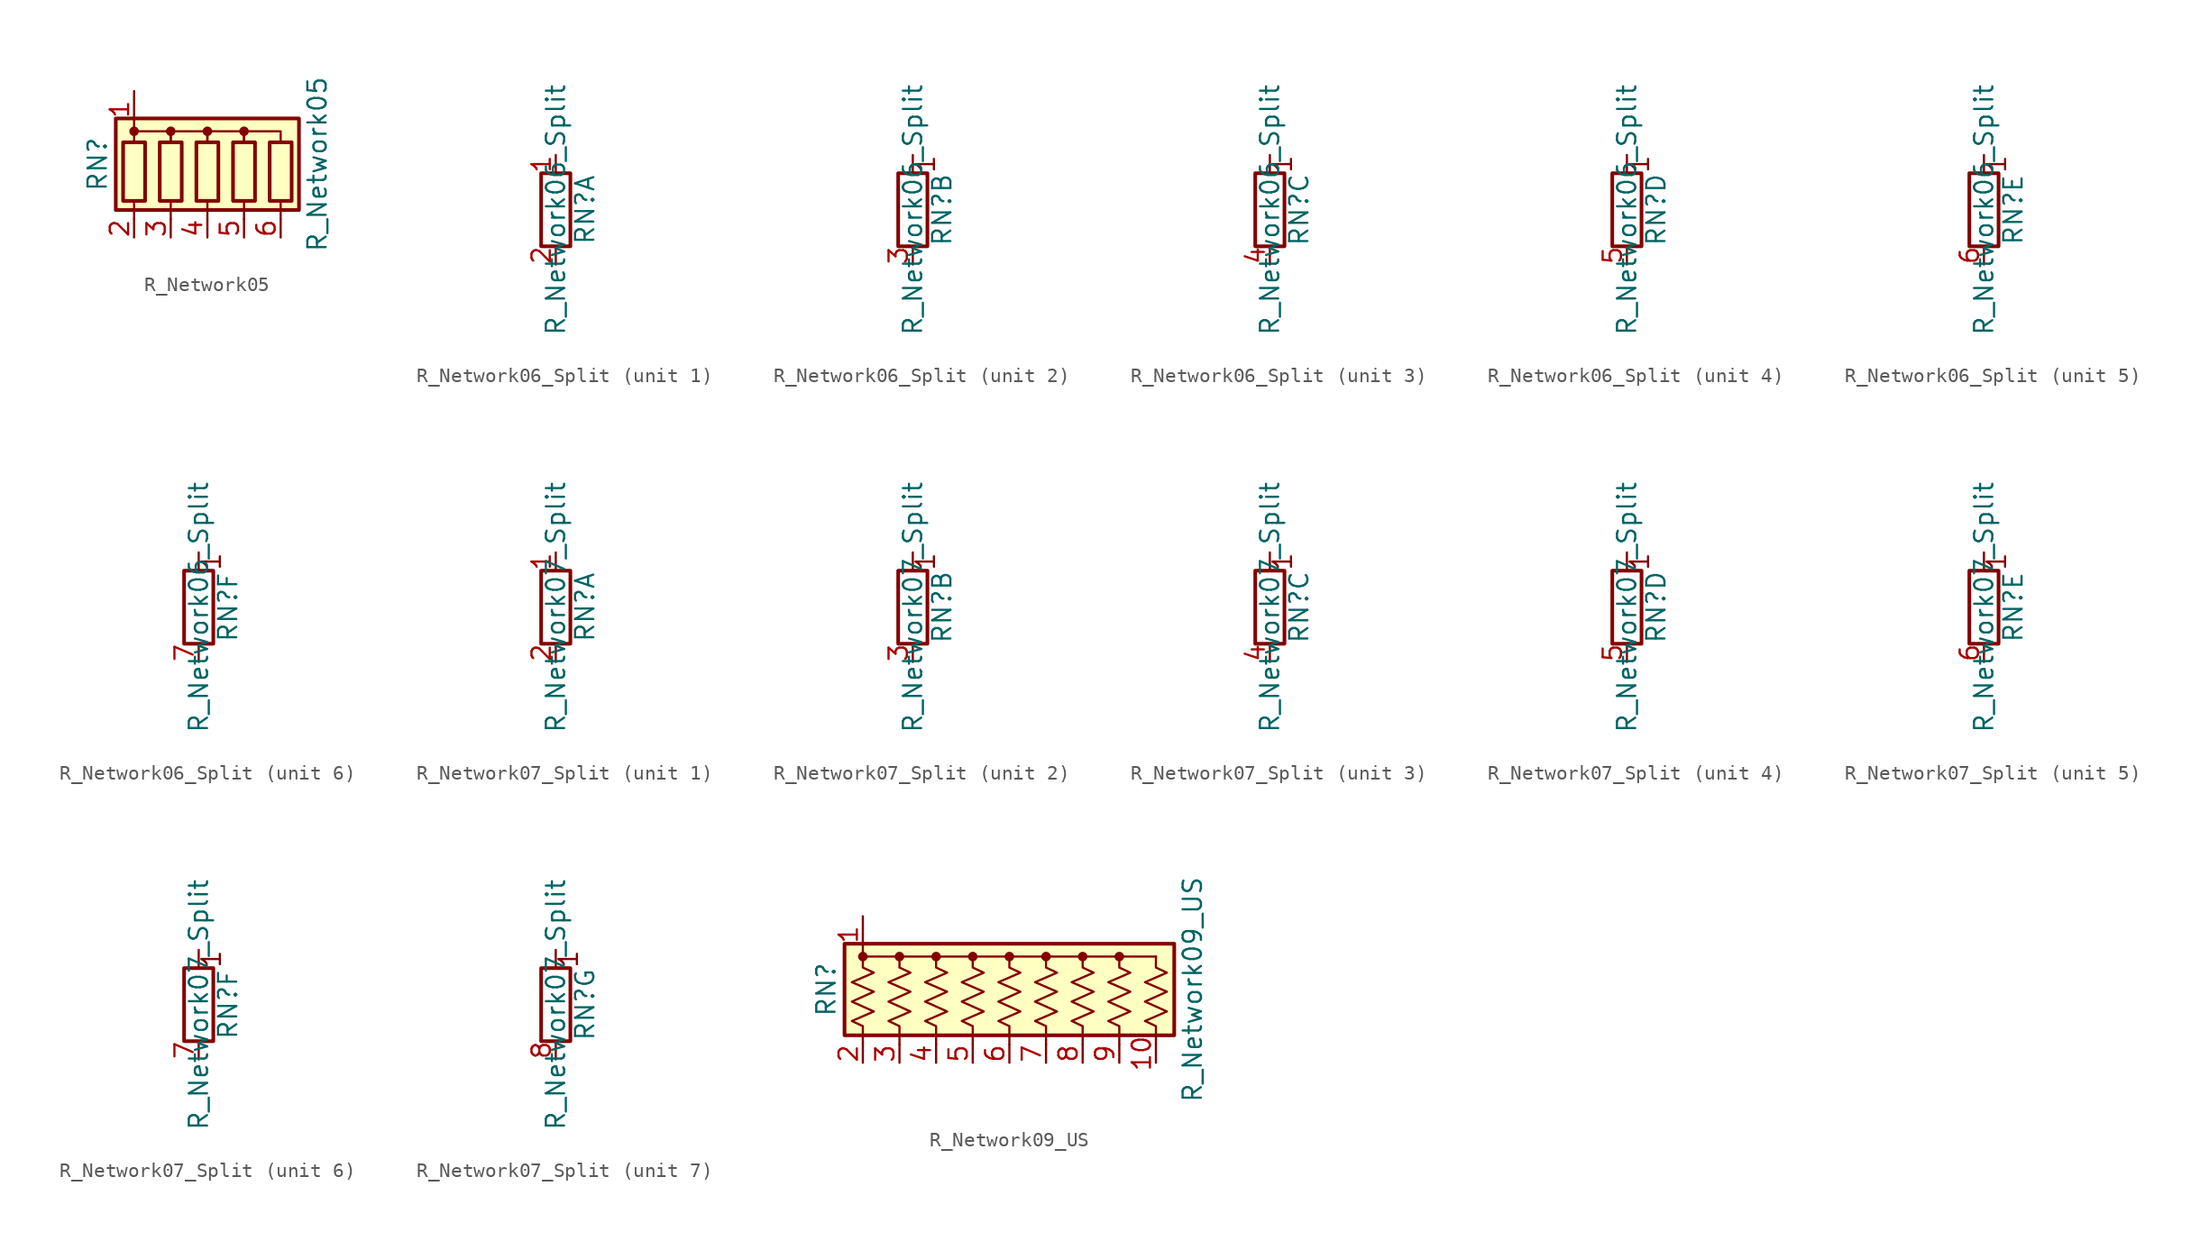
<source format=kicad_sym>
(kicad_symbol_lib
  (version 20211014)
  (generator kicad_symbol_editor)
  (symbol "R_Network05"
    (pin_names
      (offset 0) hide)
    (property "Reference" "RN"
      (at -7.62 0 90)
      (effects (font (size 1.27 1.27))))
    (property "Value" "R_Network05"
      (at 7.62 0 90)
      (effects (font (size 1.27 1.27))))
    (symbol "R_Network05_0_1"
      (rectangle (start -6.35 -3.175) (end 6.35 3.175) (stroke (width 0.254) (type default) (color 0 0 0 0)) (fill (type background)))
      (rectangle (start -5.842 1.524) (end -4.318 -2.54) (stroke (width 0.254) (type default) (color 0 0 0 0)) (fill (type none)))
      (circle (center -5.08 2.286) (radius 0.254) (stroke (width 0) (type default) (color 0 0 0 0)) (fill (type outline)))
      (rectangle (start -3.302 1.524) (end -1.778 -2.54) (stroke (width 0.254) (type default) (color 0 0 0 0)) (fill (type none)))
      (circle (center -2.54 2.286) (radius 0.254) (stroke (width 0) (type default) (color 0 0 0 0)) (fill (type outline)))
      (rectangle (start -0.762 1.524) (end 0.762 -2.54) (stroke (width 0.254) (type default) (color 0 0 0 0)) (fill (type none)))
      (polyline (pts (xy -5.08 -2.54) (xy -5.08 -3.81)) (stroke (width 0) (type default) (color 0 0 0 0)) (fill (type none)))
      (polyline (pts (xy -2.54 -2.54) (xy -2.54 -3.81)) (stroke (width 0) (type default) (color 0 0 0 0)) (fill (type none)))
      (polyline (pts (xy 0 -2.54) (xy 0 -3.81)) (stroke (width 0) (type default) (color 0 0 0 0)) (fill (type none)))
      (polyline (pts (xy 2.54 -2.54) (xy 2.54 -3.81)) (stroke (width 0) (type default) (color 0 0 0 0)) (fill (type none)))
      (polyline (pts (xy 5.08 -2.54) (xy 5.08 -3.81)) (stroke (width 0) (type default) (color 0 0 0 0)) (fill (type none)))
      (polyline (pts (xy -5.08 1.524) (xy -5.08 2.286) (xy -2.54 2.286) (xy -2.54 1.524)) (stroke (width 0) (type default) (color 0 0 0 0)) (fill (type none)))
      (polyline (pts (xy -2.54 1.524) (xy -2.54 2.286) (xy 0 2.286) (xy 0 1.524)) (stroke (width 0) (type default) (color 0 0 0 0)) (fill (type none)))
      (polyline (pts (xy 0 1.524) (xy 0 2.286) (xy 2.54 2.286) (xy 2.54 1.524)) (stroke (width 0) (type default) (color 0 0 0 0)) (fill (type none)))
      (polyline (pts (xy 2.54 1.524) (xy 2.54 2.286) (xy 5.08 2.286) (xy 5.08 1.524)) (stroke (width 0) (type default) (color 0 0 0 0)) (fill (type none)))
      (circle (center 0 2.286) (radius 0.254) (stroke (width 0) (type default) (color 0 0 0 0)) (fill (type outline)))
      (rectangle (start 1.778 1.524) (end 3.302 -2.54) (stroke (width 0.254) (type default) (color 0 0 0 0)) (fill (type none)))
      (circle (center 2.54 2.286) (radius 0.254) (stroke (width 0) (type default) (color 0 0 0 0)) (fill (type outline)))
      (rectangle (start 4.318 1.524) (end 5.842 -2.54) (stroke (width 0.254) (type default) (color 0 0 0 0)) (fill (type none))))
    (symbol "R_Network05_1_1"
      (pin passive line (at -5.08 5.08 270) (length 2.54) (name "common" (effects (font (size 1.27 1.27)))) (number "1" (effects (font (size 1.27 1.27)))))
      (pin passive line (at -5.08 -5.08 90) (length 1.27) (name "R1" (effects (font (size 1.27 1.27)))) (number "2" (effects (font (size 1.27 1.27)))))
      (pin passive line (at -2.54 -5.08 90) (length 1.27) (name "R2" (effects (font (size 1.27 1.27)))) (number "3" (effects (font (size 1.27 1.27)))))
      (pin passive line (at 0 -5.08 90) (length 1.27) (name "R3" (effects (font (size 1.27 1.27)))) (number "4" (effects (font (size 1.27 1.27)))))
      (pin passive line (at 2.54 -5.08 90) (length 1.27) (name "R4" (effects (font (size 1.27 1.27)))) (number "5" (effects (font (size 1.27 1.27)))))
      (pin passive line (at 5.08 -5.08 90) (length 1.27) (name "R5" (effects (font (size 1.27 1.27)))) (number "6" (effects (font (size 1.27 1.27)))))))
  (symbol "R_Network06_Split"
    (pin_names
      (offset 0) hide)
    (property "Reference" "RN"
      (at 2.032 0 90)
      (effects (font (size 1.27 1.27))))
    (property "Value" "R_Network06_Split"
      (at 0 0 90)
      (effects (font (size 1.27 1.27))))
    (symbol "R_Network06_Split_0_1"
      (rectangle (start 1.016 2.54) (end -1.016 -2.54) (stroke (width 0.254) (type default) (color 0 0 0 0)) (fill (type none))))
    (symbol "R_Network06_Split_1_1"
      (pin passive line (at 0 3.81 270) (length 1.27) (name "R1.1" (effects (font (size 1.27 1.27)))) (number "1" (effects (font (size 1.27 1.27)))))
      (pin passive line (at 0 -3.81 90) (length 1.27) (name "R1.2" (effects (font (size 1.27 1.27)))) (number "2" (effects (font (size 1.27 1.27))))))
    (symbol "R_Network06_Split_2_1"
      (polyline (pts (xy 0 2.54) (xy 0 3.81)) (stroke (width 0) (type default) (color 0 0 0 0)) (fill (type none)))
      (text "1" (at 0.889 3.175 900) (effects (font (size 1.27 1.27))))
      (pin passive line (at 0 -3.81 90) (length 1.27) (name "R2.2" (effects (font (size 1.27 1.27)))) (number "3" (effects (font (size 1.27 1.27))))))
    (symbol "R_Network06_Split_3_1"
      (polyline (pts (xy 0 2.54) (xy 0 3.81)) (stroke (width 0) (type default) (color 0 0 0 0)) (fill (type none)))
      (text "1" (at 0.889 3.175 900) (effects (font (size 1.27 1.27))))
      (pin passive line (at 0 -3.81 90) (length 1.27) (name "R3.2" (effects (font (size 1.27 1.27)))) (number "4" (effects (font (size 1.27 1.27))))))
    (symbol "R_Network06_Split_4_1"
      (polyline (pts (xy 0 2.54) (xy 0 3.81)) (stroke (width 0) (type default) (color 0 0 0 0)) (fill (type none)))
      (text "1" (at 0.889 3.175 900) (effects (font (size 1.27 1.27))))
      (pin passive line (at 0 -3.81 90) (length 1.27) (name "R4.2" (effects (font (size 1.27 1.27)))) (number "5" (effects (font (size 1.27 1.27))))))
    (symbol "R_Network06_Split_5_1"
      (polyline (pts (xy 0 2.54) (xy 0 3.81)) (stroke (width 0) (type default) (color 0 0 0 0)) (fill (type none)))
      (text "1" (at 0.889 3.175 900) (effects (font (size 1.27 1.27))))
      (pin passive line (at 0 -3.81 90) (length 1.27) (name "R5.2" (effects (font (size 1.27 1.27)))) (number "6" (effects (font (size 1.27 1.27))))))
    (symbol "R_Network06_Split_6_1"
      (polyline (pts (xy 0 2.54) (xy 0 3.81)) (stroke (width 0) (type default) (color 0 0 0 0)) (fill (type none)))
      (text "1" (at 0.889 3.175 900) (effects (font (size 1.27 1.27))))
      (pin passive line (at 0 -3.81 90) (length 1.27) (name "R6.2" (effects (font (size 1.27 1.27)))) (number "7" (effects (font (size 1.27 1.27)))))))
  (symbol "R_Network07_Split"
    (pin_names
      (offset 0) hide)
    (property "Reference" "RN"
      (at 2.032 0 90)
      (effects (font (size 1.27 1.27))))
    (property "Value" "R_Network07_Split"
      (at 0 0 90)
      (effects (font (size 1.27 1.27))))
    (symbol "R_Network07_Split_0_1"
      (rectangle (start 1.016 2.54) (end -1.016 -2.54) (stroke (width 0.254) (type default) (color 0 0 0 0)) (fill (type none))))
    (symbol "R_Network07_Split_1_1"
      (pin passive line (at 0 3.81 270) (length 1.27) (name "R1.1" (effects (font (size 1.27 1.27)))) (number "1" (effects (font (size 1.27 1.27)))))
      (pin passive line (at 0 -3.81 90) (length 1.27) (name "R1.2" (effects (font (size 1.27 1.27)))) (number "2" (effects (font (size 1.27 1.27))))))
    (symbol "R_Network07_Split_2_1"
      (polyline (pts (xy 0 2.54) (xy 0 3.81)) (stroke (width 0) (type default) (color 0 0 0 0)) (fill (type none)))
      (text "1" (at 0.889 3.175 900) (effects (font (size 1.27 1.27))))
      (pin passive line (at 0 -3.81 90) (length 1.27) (name "R2.2" (effects (font (size 1.27 1.27)))) (number "3" (effects (font (size 1.27 1.27))))))
    (symbol "R_Network07_Split_3_1"
      (polyline (pts (xy 0 2.54) (xy 0 3.81)) (stroke (width 0) (type default) (color 0 0 0 0)) (fill (type none)))
      (text "1" (at 0.889 3.175 900) (effects (font (size 1.27 1.27))))
      (pin passive line (at 0 -3.81 90) (length 1.27) (name "R3.2" (effects (font (size 1.27 1.27)))) (number "4" (effects (font (size 1.27 1.27))))))
    (symbol "R_Network07_Split_4_1"
      (polyline (pts (xy 0 2.54) (xy 0 3.81)) (stroke (width 0) (type default) (color 0 0 0 0)) (fill (type none)))
      (text "1" (at 0.889 3.175 900) (effects (font (size 1.27 1.27))))
      (pin passive line (at 0 -3.81 90) (length 1.27) (name "R4.2" (effects (font (size 1.27 1.27)))) (number "5" (effects (font (size 1.27 1.27))))))
    (symbol "R_Network07_Split_5_1"
      (polyline (pts (xy 0 2.54) (xy 0 3.81)) (stroke (width 0) (type default) (color 0 0 0 0)) (fill (type none)))
      (text "1" (at 0.889 3.175 900) (effects (font (size 1.27 1.27))))
      (pin passive line (at 0 -3.81 90) (length 1.27) (name "R5.2" (effects (font (size 1.27 1.27)))) (number "6" (effects (font (size 1.27 1.27))))))
    (symbol "R_Network07_Split_6_1"
      (polyline (pts (xy 0 2.54) (xy 0 3.81)) (stroke (width 0) (type default) (color 0 0 0 0)) (fill (type none)))
      (text "1" (at 0.889 3.175 900) (effects (font (size 1.27 1.27))))
      (pin passive line (at 0 -3.81 90) (length 1.27) (name "R6.2" (effects (font (size 1.27 1.27)))) (number "7" (effects (font (size 1.27 1.27))))))
    (symbol "R_Network07_Split_7_1"
      (polyline (pts (xy 0 2.54) (xy 0 3.81)) (stroke (width 0) (type default) (color 0 0 0 0)) (fill (type none)))
      (text "1" (at 0.889 3.175 900) (effects (font (size 1.27 1.27))))
      (pin passive line (at 0 -3.81 90) (length 1.27) (name "R7.2" (effects (font (size 1.27 1.27)))) (number "8" (effects (font (size 1.27 1.27)))))))
  (symbol "R_Network09_US"
    (pin_names
      (offset 0) hide)
    (property "Reference" "RN"
      (at -12.7 0 90)
      (effects (font (size 1.27 1.27))))
    (property "Value" "R_Network09_US"
      (at 12.7 0 90)
      (effects (font (size 1.27 1.27))))
    (symbol "R_Network09_US_0_1"
      (rectangle (start -11.43 -3.175) (end 11.43 3.175) (stroke (width 0.254) (type default) (color 0 0 0 0)) (fill (type background)))
      (circle (center -10.16 2.286) (radius 0.254) (stroke (width 0) (type default) (color 0 0 0 0)) (fill (type outline)))
      (circle (center -7.62 2.286) (radius 0.254) (stroke (width 0) (type default) (color 0 0 0 0)) (fill (type outline)))
      (circle (center -5.08 2.286) (radius 0.254) (stroke (width 0) (type default) (color 0 0 0 0)) (fill (type outline)))
      (circle (center -2.54 2.286) (radius 0.254) (stroke (width 0) (type default) (color 0 0 0 0)) (fill (type outline)))
      (polyline (pts (xy -10.16 2.286) (xy 10.16 2.286)) (stroke (width 0) (type default) (color 0 0 0 0)) (fill (type none)))
      (polyline (pts (xy -10.16 2.286) (xy -10.16 1.524) (xy -9.398 1.168) (xy -10.922 0.508) (xy -9.398 -0.152) (xy -10.922 -0.838) (xy -9.398 -1.524) (xy -10.922 -2.184) (xy -10.16 -2.54) (xy -10.16 -3.81)) (stroke (width 0) (type default) (color 0 0 0 0)) (fill (type none)))
      (polyline (pts (xy -7.62 2.286) (xy -7.62 1.524) (xy -6.858 1.168) (xy -8.382 0.508) (xy -6.858 -0.152) (xy -8.382 -0.838) (xy -6.858 -1.524) (xy -8.382 -2.184) (xy -7.62 -2.54) (xy -7.62 -3.81)) (stroke (width 0) (type default) (color 0 0 0 0)) (fill (type none)))
      (polyline (pts (xy -5.08 2.286) (xy -5.08 1.524) (xy -4.318 1.168) (xy -5.842 0.508) (xy -4.318 -0.152) (xy -5.842 -0.838) (xy -4.318 -1.524) (xy -5.842 -2.184) (xy -5.08 -2.54) (xy -5.08 -3.81)) (stroke (width 0) (type default) (color 0 0 0 0)) (fill (type none)))
      (polyline (pts (xy -2.54 2.286) (xy -2.54 1.524) (xy -1.778 1.168) (xy -3.302 0.508) (xy -1.778 -0.152) (xy -3.302 -0.838) (xy -1.778 -1.524) (xy -3.302 -2.184) (xy -2.54 -2.54) (xy -2.54 -3.81)) (stroke (width 0) (type default) (color 0 0 0 0)) (fill (type none)))
      (polyline (pts (xy 0 2.286) (xy 0 1.524) (xy 0.762 1.168) (xy -0.762 0.508) (xy 0.762 -0.152) (xy -0.762 -0.838) (xy 0.762 -1.524) (xy -0.762 -2.184) (xy 0 -2.54) (xy 0 -3.81)) (stroke (width 0) (type default) (color 0 0 0 0)) (fill (type none)))
      (polyline (pts (xy 2.54 2.286) (xy 2.54 1.524) (xy 3.302 1.168) (xy 1.778 0.508) (xy 3.302 -0.152) (xy 1.778 -0.838) (xy 3.302 -1.524) (xy 1.778 -2.184) (xy 2.54 -2.54) (xy 2.54 -3.81)) (stroke (width 0) (type default) (color 0 0 0 0)) (fill (type none)))
      (polyline (pts (xy 5.08 2.286) (xy 5.08 1.524) (xy 5.842 1.168) (xy 4.318 0.508) (xy 5.842 -0.152) (xy 4.318 -0.838) (xy 5.842 -1.524) (xy 4.318 -2.184) (xy 5.08 -2.54) (xy 5.08 -3.81)) (stroke (width 0) (type default) (color 0 0 0 0)) (fill (type none)))
      (polyline (pts (xy 7.62 2.286) (xy 7.62 1.524) (xy 8.382 1.168) (xy 6.858 0.508) (xy 8.382 -0.152) (xy 6.858 -0.838) (xy 8.382 -1.524) (xy 6.858 -2.184) (xy 7.62 -2.54) (xy 7.62 -3.81)) (stroke (width 0) (type default) (color 0 0 0 0)) (fill (type none)))
      (polyline (pts (xy 10.16 2.286) (xy 10.16 1.524) (xy 10.922 1.168) (xy 9.398 0.508) (xy 10.922 -0.152) (xy 9.398 -0.838) (xy 10.922 -1.524) (xy 9.398 -2.184) (xy 10.16 -2.54) (xy 10.16 -3.81)) (stroke (width 0) (type default) (color 0 0 0 0)) (fill (type none)))
      (circle (center 0 2.286) (radius 0.254) (stroke (width 0) (type default) (color 0 0 0 0)) (fill (type outline)))
      (circle (center 2.54 2.286) (radius 0.254) (stroke (width 0) (type default) (color 0 0 0 0)) (fill (type outline)))
      (circle (center 5.08 2.286) (radius 0.254) (stroke (width 0) (type default) (color 0 0 0 0)) (fill (type outline)))
      (circle (center 7.62 2.286) (radius 0.254) (stroke (width 0) (type default) (color 0 0 0 0)) (fill (type outline))))
    (symbol "R_Network09_US_1_1"
      (pin passive line (at -10.16 5.08 270) (length 2.54) (name "common" (effects (font (size 1.27 1.27)))) (number "1" (effects (font (size 1.27 1.27)))))
      (pin passive line (at 10.16 -5.08 90) (length 1.27) (name "R9" (effects (font (size 1.27 1.27)))) (number "10" (effects (font (size 1.27 1.27)))))
      (pin passive line (at -10.16 -5.08 90) (length 1.27) (name "R1" (effects (font (size 1.27 1.27)))) (number "2" (effects (font (size 1.27 1.27)))))
      (pin passive line (at -7.62 -5.08 90) (length 1.27) (name "R2" (effects (font (size 1.27 1.27)))) (number "3" (effects (font (size 1.27 1.27)))))
      (pin passive line (at -5.08 -5.08 90) (length 1.27) (name "R3" (effects (font (size 1.27 1.27)))) (number "4" (effects (font (size 1.27 1.27)))))
      (pin passive line (at -2.54 -5.08 90) (length 1.27) (name "R4" (effects (font (size 1.27 1.27)))) (number "5" (effects (font (size 1.27 1.27)))))
      (pin passive line (at 0 -5.08 90) (length 1.27) (name "R5" (effects (font (size 1.27 1.27)))) (number "6" (effects (font (size 1.27 1.27)))))
      (pin passive line (at 2.54 -5.08 90) (length 1.27) (name "R6" (effects (font (size 1.27 1.27)))) (number "7" (effects (font (size 1.27 1.27)))))
      (pin passive line (at 5.08 -5.08 90) (length 1.27) (name "R7" (effects (font (size 1.27 1.27)))) (number "8" (effects (font (size 1.27 1.27)))))
      (pin passive line (at 7.62 -5.08 90) (length 1.27) (name "R8" (effects (font (size 1.27 1.27)))) (number "9" (effects (font (size 1.27 1.27))))))))
</source>
